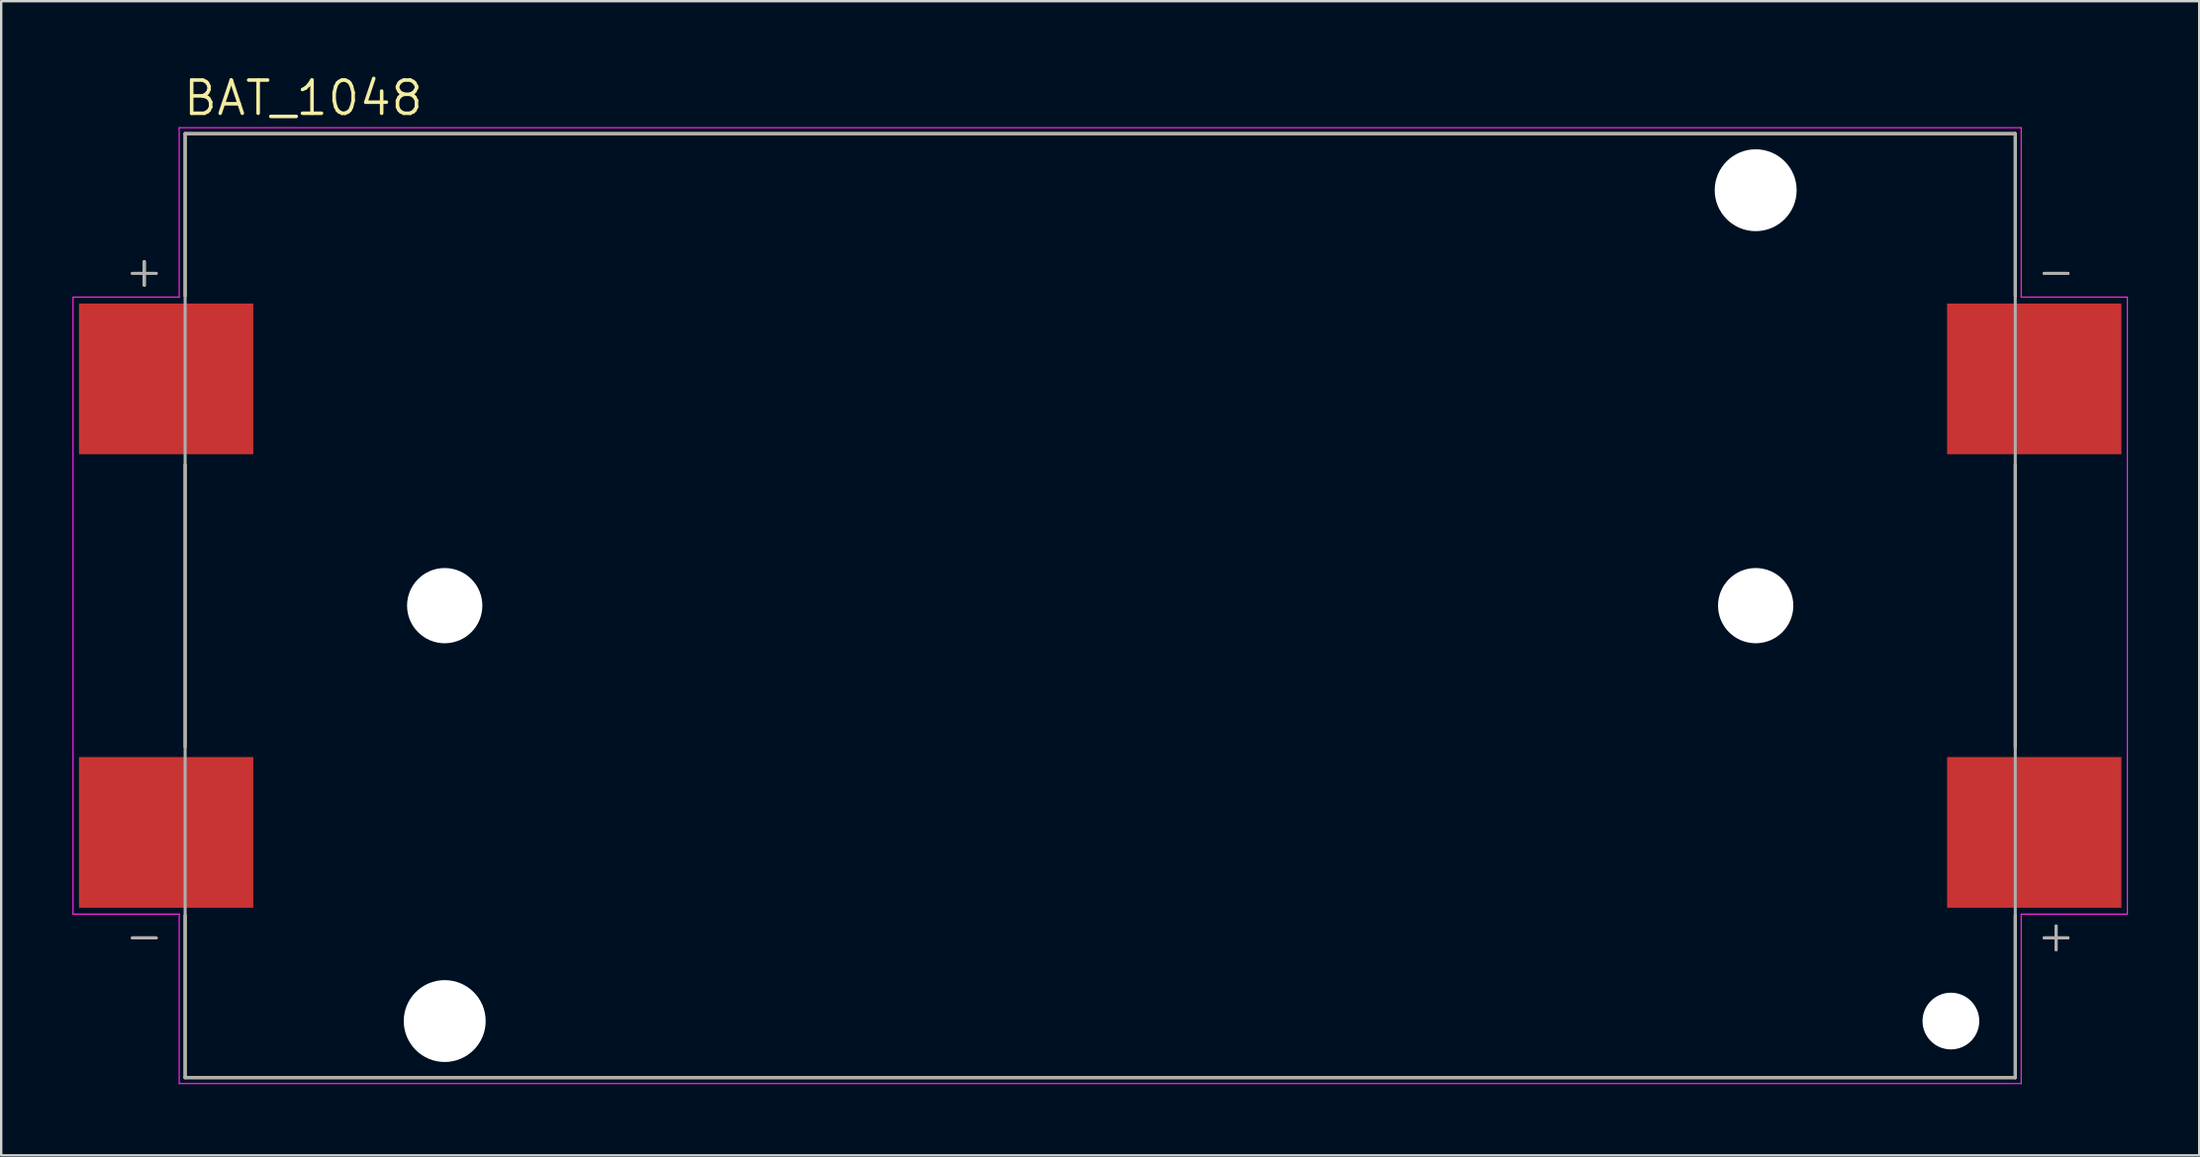
<source format=kicad_pcb>
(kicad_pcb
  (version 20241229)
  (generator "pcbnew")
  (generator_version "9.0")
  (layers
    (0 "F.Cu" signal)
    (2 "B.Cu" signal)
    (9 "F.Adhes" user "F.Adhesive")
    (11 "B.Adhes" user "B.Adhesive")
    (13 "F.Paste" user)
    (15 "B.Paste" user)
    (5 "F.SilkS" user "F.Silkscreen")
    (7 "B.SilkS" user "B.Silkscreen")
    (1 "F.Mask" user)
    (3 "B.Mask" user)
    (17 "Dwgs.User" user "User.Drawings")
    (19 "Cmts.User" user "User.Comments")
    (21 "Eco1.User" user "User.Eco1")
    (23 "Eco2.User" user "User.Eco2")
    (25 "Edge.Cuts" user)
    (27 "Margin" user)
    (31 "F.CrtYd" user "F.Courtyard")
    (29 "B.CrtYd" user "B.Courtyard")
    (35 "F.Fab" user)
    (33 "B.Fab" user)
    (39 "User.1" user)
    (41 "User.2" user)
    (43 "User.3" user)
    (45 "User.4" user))
  (footprint "BAT_1048"
    (layer "F.Cu")
    (at 43.275 22.471)
    (property "Reference" "BAT_1048" (at -33.555 -21.389 0) (layer "F.SilkS") (effects (font (size 1.4 1.4) (thickness 0.15))))
    (attr through_hole)
    (fp_line (start -40.75 -14) (end -39.75 -14) (stroke (width 0.127) (type solid)) (layer "F.SilkS"))
    (fp_line (start -40.75 14) (end -39.75 14) (stroke (width 0.127) (type solid)) (layer "F.SilkS"))
    (fp_line (start -40.25 -14.5) (end -40.25 -13.5) (stroke (width 0.127) (type solid)) (layer "F.SilkS"))
    (fp_line (start -38.53 -19.89) (end 38.53 -19.89) (stroke (width 0.127) (type solid)) (layer "F.SilkS"))
    (fp_line (start -38.53 -13.05) (end -38.53 -19.89) (stroke (width 0.127) (type solid)) (layer "F.SilkS"))
    (fp_line (start -38.53 -5.95) (end -38.53 5.95) (stroke (width 0.127) (type solid)) (layer "F.SilkS"))
    (fp_line (start -38.53 13.05) (end -38.53 19.89) (stroke (width 0.127) (type solid)) (layer "F.SilkS"))
    (fp_line (start -38.53 19.89) (end 38.53 19.89) (stroke (width 0.127) (type solid)) (layer "F.SilkS"))
    (fp_line (start 38.53 -19.89) (end 38.53 -13.05) (stroke (width 0.127) (type solid)) (layer "F.SilkS"))
    (fp_line (start 38.53 -5.95) (end 38.53 5.95) (stroke (width 0.127) (type solid)) (layer "F.SilkS"))
    (fp_line (start 38.53 19.89) (end 38.53 13.05) (stroke (width 0.127) (type solid)) (layer "F.SilkS"))
    (fp_line (start 40.25 14.5) (end 40.25 13.5) (stroke (width 0.127) (type solid)) (layer "F.SilkS"))
    (fp_line (start 40.75 -14) (end 39.75 -14) (stroke (width 0.127) (type solid)) (layer "F.SilkS"))
    (fp_line (start 40.75 14) (end 39.75 14) (stroke (width 0.127) (type solid)) (layer "F.SilkS"))
    (fp_line (start -43.25 -13) (end -38.78 -13) (stroke (width 0.05) (type solid)) (layer "F.CrtYd"))
    (fp_line (start -43.25 13) (end -43.25 -13) (stroke (width 0.05) (type solid)) (layer "F.CrtYd"))
    (fp_line (start -38.78 -20.14) (end 38.78 -20.14) (stroke (width 0.05) (type solid)) (layer "F.CrtYd"))
    (fp_line (start -38.78 -13) (end -38.78 -20.14) (stroke (width 0.05) (type solid)) (layer "F.CrtYd"))
    (fp_line (start -38.78 13) (end -43.25 13) (stroke (width 0.05) (type solid)) (layer "F.CrtYd"))
    (fp_line (start -38.78 20.14) (end -38.78 13) (stroke (width 0.05) (type solid)) (layer "F.CrtYd"))
    (fp_line (start 38.78 -20.14) (end 38.78 -13) (stroke (width 0.05) (type solid)) (layer "F.CrtYd"))
    (fp_line (start 38.78 -13) (end 43.25 -13) (stroke (width 0.05) (type solid)) (layer "F.CrtYd"))
    (fp_line (start 38.78 13) (end 38.78 20.14) (stroke (width 0.05) (type solid)) (layer "F.CrtYd"))
    (fp_line (start 38.78 20.14) (end -38.78 20.14) (stroke (width 0.05) (type solid)) (layer "F.CrtYd"))
    (fp_line (start 43.25 -13) (end 43.25 13) (stroke (width 0.05) (type solid)) (layer "F.CrtYd"))
    (fp_line (start 43.25 13) (end 38.78 13) (stroke (width 0.05) (type solid)) (layer "F.CrtYd"))
    (fp_line (start -40.75 -14) (end -39.75 -14) (stroke (width 0.127) (type solid)) (layer "F.Fab"))
    (fp_line (start -40.75 14) (end -39.75 14) (stroke (width 0.127) (type solid)) (layer "F.Fab"))
    (fp_line (start -40.25 -14.5) (end -40.25 -13.5) (stroke (width 0.127) (type solid)) (layer "F.Fab"))
    (fp_line (start -38.53 -19.89) (end 38.53 -19.89) (stroke (width 0.127) (type solid)) (layer "F.Fab"))
    (fp_line (start -38.53 19.89) (end -38.53 -19.89) (stroke (width 0.127) (type solid)) (layer "F.Fab"))
    (fp_line (start 38.53 -19.89) (end 38.53 19.89) (stroke (width 0.127) (type solid)) (layer "F.Fab"))
    (fp_line (start 38.53 19.89) (end -38.53 19.89) (stroke (width 0.127) (type solid)) (layer "F.Fab"))
    (fp_line (start 40.25 14.5) (end 40.25 13.5) (stroke (width 0.127) (type solid)) (layer "F.Fab"))
    (fp_line (start 40.75 -14) (end 39.75 -14) (stroke (width 0.127) (type solid)) (layer "F.Fab"))
    (fp_line (start 40.75 14) (end 39.75 14) (stroke (width 0.127) (type solid)) (layer "F.Fab"))
    (pad "" np_thru_hole circle (at -27.6 0) (size 3.17 3.17) (drill 3.17) (layers "*.Cu" "*.Mask"))
    (pad "" np_thru_hole circle (at -27.6 17.505) (size 3.45 3.45) (drill 3.45) (layers "*.Cu" "*.Mask"))
    (pad "" np_thru_hole circle (at 27.6 -17.505) (size 3.45 3.45) (drill 3.45) (layers "*.Cu" "*.Mask"))
    (pad "" np_thru_hole circle (at 27.6 0) (size 3.17 3.17) (drill 3.17) (layers "*.Cu" "*.Mask"))
    (pad "" np_thru_hole circle (at 35.82 17.505) (size 2.39 2.39) (drill 2.39) (layers "*.Cu" "*.Mask"))
    (pad "N1" smd rect (at 39.33 -9.555) (size 7.34 6.35) (layers "F.Cu" "F.Mask" "F.Paste"))
    (pad "N2" smd rect (at -39.33 9.555) (size 7.34 6.35) (layers "F.Cu" "F.Mask" "F.Paste"))
    (pad "P1" smd rect (at -39.33 -9.555) (size 7.34 6.35) (layers "F.Cu" "F.Mask" "F.Paste"))
    (pad "P2" smd rect (at 39.33 9.555) (size 7.34 6.35) (layers "F.Cu" "F.Mask" "F.Paste")))
  (gr_rect
    (start -3 -3)
    (end 89.55 45.636)
    (stroke (width 0.1) (type default))
    (fill no)
    (layer "Edge.Cuts")))
</source>
